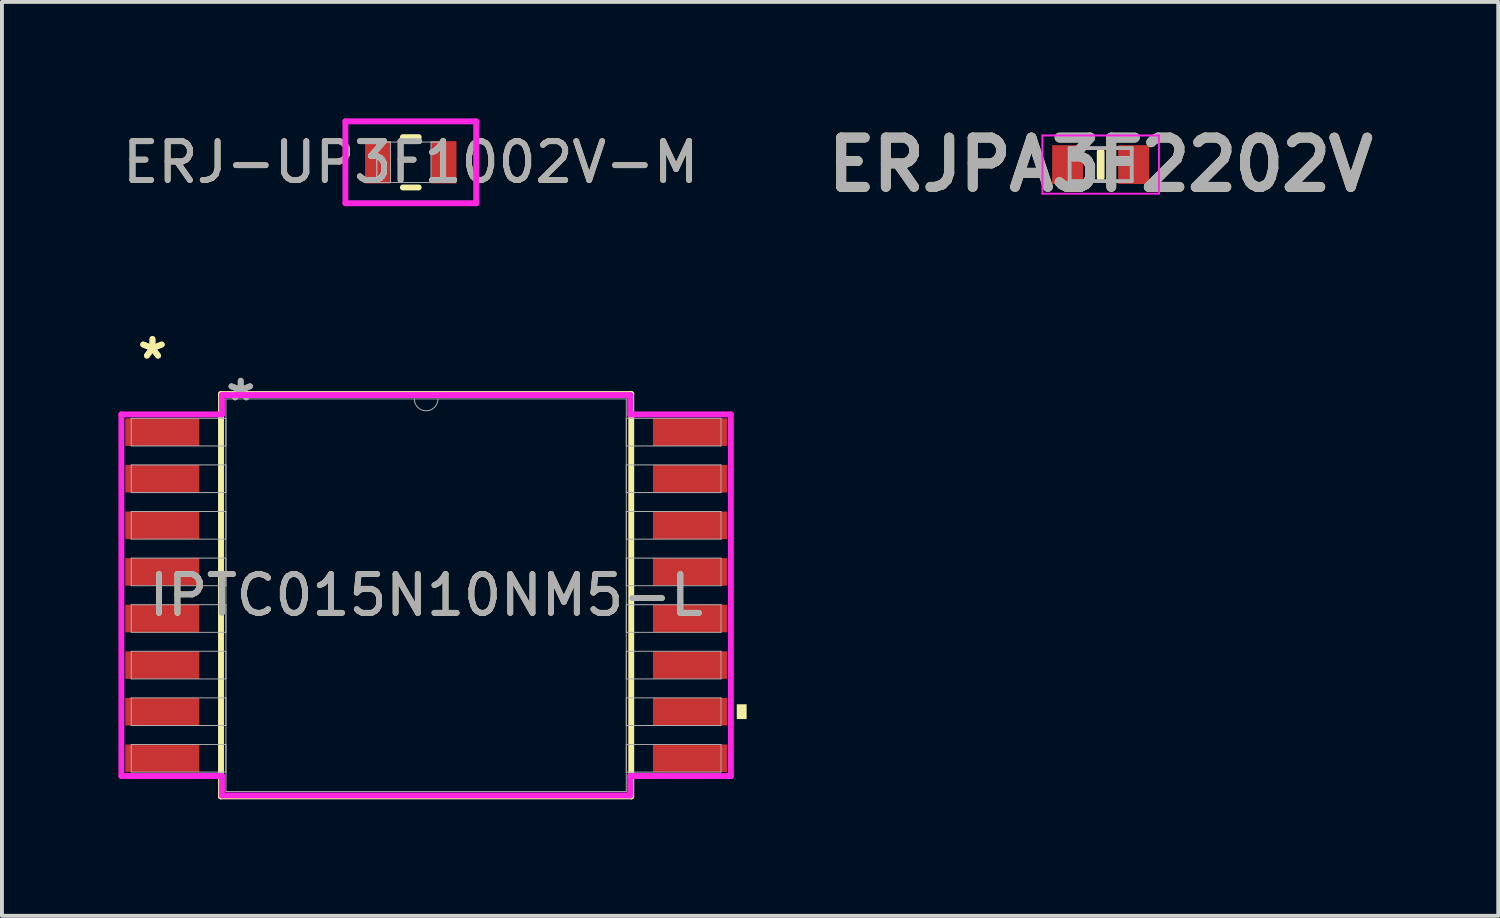
<source format=kicad_pcb>
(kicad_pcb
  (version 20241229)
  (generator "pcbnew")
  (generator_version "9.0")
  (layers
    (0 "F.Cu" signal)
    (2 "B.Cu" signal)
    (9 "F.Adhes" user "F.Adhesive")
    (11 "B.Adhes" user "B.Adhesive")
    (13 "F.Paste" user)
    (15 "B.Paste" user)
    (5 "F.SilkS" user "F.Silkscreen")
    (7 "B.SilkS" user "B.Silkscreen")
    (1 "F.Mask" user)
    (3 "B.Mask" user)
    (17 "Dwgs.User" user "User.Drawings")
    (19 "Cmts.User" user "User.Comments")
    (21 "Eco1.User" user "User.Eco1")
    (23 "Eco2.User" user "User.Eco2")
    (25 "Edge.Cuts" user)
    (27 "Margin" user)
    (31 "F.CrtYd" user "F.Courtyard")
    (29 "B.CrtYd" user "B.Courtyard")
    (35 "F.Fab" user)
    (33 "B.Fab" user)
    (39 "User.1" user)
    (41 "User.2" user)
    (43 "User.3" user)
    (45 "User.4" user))
  (footprint "IPTC015N10NM5-L"
    (layer "F.Cu")
    (at 7.925 12.28)
    (property "Reference" "IPTC015N10NM5-L" (at 0 0 0) (unlocked yes) (layer "F.SilkS") (effects (font (size 1 1) (thickness 0.15))))
    (attr smd)
    (fp_line (start -5.283 -5.182) (end -5.283 5.182) (stroke (width 0.152) (type solid)) (layer "F.SilkS"))
    (fp_line (start -5.283 5.182) (end 5.283 5.182) (stroke (width 0.152) (type solid)) (layer "F.SilkS"))
    (fp_line (start 5.283 -5.182) (end -5.283 -5.182) (stroke (width 0.152) (type solid)) (layer "F.SilkS"))
    (fp_line (start 5.283 5.182) (end 5.283 -5.182) (stroke (width 0.152) (type solid)) (layer "F.SilkS"))
    (fp_poly (pts (xy 8.255 2.809) (xy 8.255 3.19) (xy 8.001 3.19) (xy 8.001 2.809)) (stroke (width 0) (type solid)) (fill yes) (layer "F.SilkS"))
    (fp_line (start -7.849 -4.657) (end -5.258 -4.657) (stroke (width 0.152) (type solid)) (layer "F.CrtYd"))
    (fp_line (start -7.849 4.657) (end -7.849 -4.657) (stroke (width 0.152) (type solid)) (layer "F.CrtYd"))
    (fp_line (start -7.849 4.657) (end -5.258 4.657) (stroke (width 0.152) (type solid)) (layer "F.CrtYd"))
    (fp_line (start -5.258 -5.156) (end 5.258 -5.156) (stroke (width 0.152) (type solid)) (layer "F.CrtYd"))
    (fp_line (start -5.258 -4.657) (end -5.258 -5.156) (stroke (width 0.152) (type solid)) (layer "F.CrtYd"))
    (fp_line (start -5.258 5.156) (end -5.258 4.657) (stroke (width 0.152) (type solid)) (layer "F.CrtYd"))
    (fp_line (start 5.258 -5.156) (end 5.258 -4.657) (stroke (width 0.152) (type solid)) (layer "F.CrtYd"))
    (fp_line (start 5.258 4.657) (end 5.258 5.156) (stroke (width 0.152) (type solid)) (layer "F.CrtYd"))
    (fp_line (start 5.258 5.156) (end -5.258 5.156) (stroke (width 0.152) (type solid)) (layer "F.CrtYd"))
    (fp_line (start 7.849 -4.657) (end 5.258 -4.657) (stroke (width 0.152) (type solid)) (layer "F.CrtYd"))
    (fp_line (start 7.849 -4.657) (end 7.849 4.657) (stroke (width 0.152) (type solid)) (layer "F.CrtYd"))
    (fp_line (start 7.849 4.657) (end 5.258 4.657) (stroke (width 0.152) (type solid)) (layer "F.CrtYd"))
    (fp_line (start -7.595 -4.556) (end -7.595 -3.844) (stroke (width 0.025) (type solid)) (layer "F.Fab"))
    (fp_line (start -7.595 -3.844) (end -5.156 -3.844) (stroke (width 0.025) (type solid)) (layer "F.Fab"))
    (fp_line (start -7.595 -3.356) (end -7.595 -2.644) (stroke (width 0.025) (type solid)) (layer "F.Fab"))
    (fp_line (start -7.595 -2.644) (end -5.156 -2.644) (stroke (width 0.025) (type solid)) (layer "F.Fab"))
    (fp_line (start -7.595 -2.156) (end -7.595 -1.444) (stroke (width 0.025) (type solid)) (layer "F.Fab"))
    (fp_line (start -7.595 -1.444) (end -5.156 -1.444) (stroke (width 0.025) (type solid)) (layer "F.Fab"))
    (fp_line (start -7.595 -0.956) (end -7.595 -0.244) (stroke (width 0.025) (type solid)) (layer "F.Fab"))
    (fp_line (start -7.595 -0.244) (end -5.156 -0.244) (stroke (width 0.025) (type solid)) (layer "F.Fab"))
    (fp_line (start -7.595 0.244) (end -7.595 0.956) (stroke (width 0.025) (type solid)) (layer "F.Fab"))
    (fp_line (start -7.595 0.956) (end -5.156 0.956) (stroke (width 0.025) (type solid)) (layer "F.Fab"))
    (fp_line (start -7.595 1.444) (end -7.595 2.156) (stroke (width 0.025) (type solid)) (layer "F.Fab"))
    (fp_line (start -7.595 2.156) (end -5.156 2.156) (stroke (width 0.025) (type solid)) (layer "F.Fab"))
    (fp_line (start -7.595 2.644) (end -7.595 3.356) (stroke (width 0.025) (type solid)) (layer "F.Fab"))
    (fp_line (start -7.595 3.356) (end -5.156 3.356) (stroke (width 0.025) (type solid)) (layer "F.Fab"))
    (fp_line (start -7.595 3.844) (end -7.595 4.556) (stroke (width 0.025) (type solid)) (layer "F.Fab"))
    (fp_line (start -7.595 4.556) (end -5.156 4.556) (stroke (width 0.025) (type solid)) (layer "F.Fab"))
    (fp_line (start -5.156 -5.055) (end -5.156 5.055) (stroke (width 0.025) (type solid)) (layer "F.Fab"))
    (fp_line (start -5.156 -4.556) (end -7.595 -4.556) (stroke (width 0.025) (type solid)) (layer "F.Fab"))
    (fp_line (start -5.156 -3.844) (end -5.156 -4.556) (stroke (width 0.025) (type solid)) (layer "F.Fab"))
    (fp_line (start -5.156 -3.356) (end -7.595 -3.356) (stroke (width 0.025) (type solid)) (layer "F.Fab"))
    (fp_line (start -5.156 -2.644) (end -5.156 -3.356) (stroke (width 0.025) (type solid)) (layer "F.Fab"))
    (fp_line (start -5.156 -2.156) (end -7.595 -2.156) (stroke (width 0.025) (type solid)) (layer "F.Fab"))
    (fp_line (start -5.156 -1.444) (end -5.156 -2.156) (stroke (width 0.025) (type solid)) (layer "F.Fab"))
    (fp_line (start -5.156 -0.956) (end -7.595 -0.956) (stroke (width 0.025) (type solid)) (layer "F.Fab"))
    (fp_line (start -5.156 -0.244) (end -5.156 -0.956) (stroke (width 0.025) (type solid)) (layer "F.Fab"))
    (fp_line (start -5.156 0.244) (end -7.595 0.244) (stroke (width 0.025) (type solid)) (layer "F.Fab"))
    (fp_line (start -5.156 0.956) (end -5.156 0.244) (stroke (width 0.025) (type solid)) (layer "F.Fab"))
    (fp_line (start -5.156 1.444) (end -7.595 1.444) (stroke (width 0.025) (type solid)) (layer "F.Fab"))
    (fp_line (start -5.156 2.156) (end -5.156 1.444) (stroke (width 0.025) (type solid)) (layer "F.Fab"))
    (fp_line (start -5.156 2.644) (end -7.595 2.644) (stroke (width 0.025) (type solid)) (layer "F.Fab"))
    (fp_line (start -5.156 3.356) (end -5.156 2.644) (stroke (width 0.025) (type solid)) (layer "F.Fab"))
    (fp_line (start -5.156 3.844) (end -7.595 3.844) (stroke (width 0.025) (type solid)) (layer "F.Fab"))
    (fp_line (start -5.156 4.556) (end -5.156 3.844) (stroke (width 0.025) (type solid)) (layer "F.Fab"))
    (fp_line (start -5.156 5.055) (end 5.156 5.055) (stroke (width 0.025) (type solid)) (layer "F.Fab"))
    (fp_line (start 5.156 -5.055) (end -5.156 -5.055) (stroke (width 0.025) (type solid)) (layer "F.Fab"))
    (fp_line (start 5.156 -4.556) (end 5.156 -3.844) (stroke (width 0.025) (type solid)) (layer "F.Fab"))
    (fp_line (start 5.156 -3.844) (end 7.595 -3.844) (stroke (width 0.025) (type solid)) (layer "F.Fab"))
    (fp_line (start 5.156 -3.356) (end 5.156 -2.644) (stroke (width 0.025) (type solid)) (layer "F.Fab"))
    (fp_line (start 5.156 -2.644) (end 7.595 -2.644) (stroke (width 0.025) (type solid)) (layer "F.Fab"))
    (fp_line (start 5.156 -2.156) (end 5.156 -1.444) (stroke (width 0.025) (type solid)) (layer "F.Fab"))
    (fp_line (start 5.156 -1.444) (end 7.595 -1.444) (stroke (width 0.025) (type solid)) (layer "F.Fab"))
    (fp_line (start 5.156 -0.956) (end 5.156 -0.244) (stroke (width 0.025) (type solid)) (layer "F.Fab"))
    (fp_line (start 5.156 -0.244) (end 7.595 -0.244) (stroke (width 0.025) (type solid)) (layer "F.Fab"))
    (fp_line (start 5.156 0.244) (end 5.156 0.956) (stroke (width 0.025) (type solid)) (layer "F.Fab"))
    (fp_line (start 5.156 0.956) (end 7.595 0.956) (stroke (width 0.025) (type solid)) (layer "F.Fab"))
    (fp_line (start 5.156 1.444) (end 5.156 2.156) (stroke (width 0.025) (type solid)) (layer "F.Fab"))
    (fp_line (start 5.156 2.156) (end 7.595 2.156) (stroke (width 0.025) (type solid)) (layer "F.Fab"))
    (fp_line (start 5.156 2.644) (end 5.156 3.356) (stroke (width 0.025) (type solid)) (layer "F.Fab"))
    (fp_line (start 5.156 3.356) (end 7.595 3.356) (stroke (width 0.025) (type solid)) (layer "F.Fab"))
    (fp_line (start 5.156 3.844) (end 5.156 4.556) (stroke (width 0.025) (type solid)) (layer "F.Fab"))
    (fp_line (start 5.156 4.556) (end 7.595 4.556) (stroke (width 0.025) (type solid)) (layer "F.Fab"))
    (fp_line (start 5.156 5.055) (end 5.156 -5.055) (stroke (width 0.025) (type solid)) (layer "F.Fab"))
    (fp_line (start 7.595 -4.556) (end 5.156 -4.556) (stroke (width 0.025) (type solid)) (layer "F.Fab"))
    (fp_line (start 7.595 -3.844) (end 7.595 -4.556) (stroke (width 0.025) (type solid)) (layer "F.Fab"))
    (fp_line (start 7.595 -3.356) (end 5.156 -3.356) (stroke (width 0.025) (type solid)) (layer "F.Fab"))
    (fp_line (start 7.595 -2.644) (end 7.595 -3.356) (stroke (width 0.025) (type solid)) (layer "F.Fab"))
    (fp_line (start 7.595 -2.156) (end 5.156 -2.156) (stroke (width 0.025) (type solid)) (layer "F.Fab"))
    (fp_line (start 7.595 -1.444) (end 7.595 -2.156) (stroke (width 0.025) (type solid)) (layer "F.Fab"))
    (fp_line (start 7.595 -0.956) (end 5.156 -0.956) (stroke (width 0.025) (type solid)) (layer "F.Fab"))
    (fp_line (start 7.595 -0.244) (end 7.595 -0.956) (stroke (width 0.025) (type solid)) (layer "F.Fab"))
    (fp_line (start 7.595 0.244) (end 5.156 0.244) (stroke (width 0.025) (type solid)) (layer "F.Fab"))
    (fp_line (start 7.595 0.956) (end 7.595 0.244) (stroke (width 0.025) (type solid)) (layer "F.Fab"))
    (fp_line (start 7.595 1.444) (end 5.156 1.444) (stroke (width 0.025) (type solid)) (layer "F.Fab"))
    (fp_line (start 7.595 2.156) (end 7.595 1.444) (stroke (width 0.025) (type solid)) (layer "F.Fab"))
    (fp_line (start 7.595 2.644) (end 5.156 2.644) (stroke (width 0.025) (type solid)) (layer "F.Fab"))
    (fp_line (start 7.595 3.356) (end 7.595 2.644) (stroke (width 0.025) (type solid)) (layer "F.Fab"))
    (fp_line (start 7.595 3.844) (end 5.156 3.844) (stroke (width 0.025) (type solid)) (layer "F.Fab"))
    (fp_line (start 7.595 4.556) (end 7.595 3.844) (stroke (width 0.025) (type solid)) (layer "F.Fab"))
    (fp_arc (start 0.3048 -5.0546) (mid 0 -4.7498) (end -0.3048 -5.0546) (stroke (width 0.0254) (type solid)) (layer "F.Fab"))
    (fp_text user "*" (at -7.048 -6.054 0) (layer "F.SilkS") (effects (font (size 1 1) (thickness 0.15))))
    (fp_text user "*" (at -7.048 -6.054 0) (unlocked yes) (layer "F.SilkS") (effects (font (size 1 1) (thickness 0.15))))
    (fp_text user "${REFERENCE}" (at 0 0 0) (unlocked yes) (layer "F.Fab") (effects (font (size 1 1) (thickness 0.15))))
    (fp_text user "*" (at -4.775 -4.978 0) (unlocked yes) (layer "F.Fab") (effects (font (size 1 1) (thickness 0.15))))
    (fp_text user "*" (at -4.775 -4.978 0) (layer "F.Fab") (effects (font (size 1 1) (thickness 0.15))))
    (pad "1" smd rect (at -6.795 -4.2) (size 1.905 0.711) (layers "F.Cu" "F.Mask" "F.Paste"))
    (pad "2" smd rect (at -6.795 -3) (size 1.905 0.711) (layers "F.Cu" "F.Mask" "F.Paste"))
    (pad "3" smd rect (at -6.795 -1.8) (size 1.905 0.711) (layers "F.Cu" "F.Mask" "F.Paste"))
    (pad "4" smd rect (at -6.795 -0.6) (size 1.905 0.711) (layers "F.Cu" "F.Mask" "F.Paste"))
    (pad "5" smd rect (at -6.795 0.6) (size 1.905 0.711) (layers "F.Cu" "F.Mask" "F.Paste"))
    (pad "6" smd rect (at -6.795 1.8) (size 1.905 0.711) (layers "F.Cu" "F.Mask" "F.Paste"))
    (pad "7" smd rect (at -6.795 3) (size 1.905 0.711) (layers "F.Cu" "F.Mask" "F.Paste"))
    (pad "8" smd rect (at -6.795 4.2) (size 1.905 0.711) (layers "F.Cu" "F.Mask" "F.Paste"))
    (pad "9" smd rect (at 6.795 4.2) (size 1.905 0.711) (layers "F.Cu" "F.Mask" "F.Paste"))
    (pad "10" smd rect (at 6.795 3) (size 1.905 0.711) (layers "F.Cu" "F.Mask" "F.Paste"))
    (pad "11" smd rect (at 6.795 1.8) (size 1.905 0.711) (layers "F.Cu" "F.Mask" "F.Paste"))
    (pad "12" smd rect (at 6.795 0.6) (size 1.905 0.711) (layers "F.Cu" "F.Mask" "F.Paste"))
    (pad "13" smd rect (at 6.795 -0.6) (size 1.905 0.711) (layers "F.Cu" "F.Mask" "F.Paste"))
    (pad "14" smd rect (at 6.795 -1.8) (size 1.905 0.711) (layers "F.Cu" "F.Mask" "F.Paste"))
    (pad "15" smd rect (at 6.795 -3) (size 1.905 0.711) (layers "F.Cu" "F.Mask" "F.Paste"))
    (pad "16" smd rect (at 6.795 -4.2) (size 1.905 0.711) (layers "F.Cu" "F.Mask" "F.Paste")))
  (footprint "ERJPA3F2202V"
    (layer "F.Cu")
    (at 25.299 1.189)
    (property "Reference" "ERJPA3F2202V" (at 0 0 0) (layer "F.SilkS") (effects (font (size 1.27 1.27) (thickness 0.254))))
    (attr smd)
    (fp_line (start 0 -0.325) (end 0 0.325) (stroke (width 0.2) (type solid)) (layer "F.SilkS"))
    (fp_line (start -1.5 -0.75) (end 1.5 -0.75) (stroke (width 0.05) (type solid)) (layer "F.CrtYd"))
    (fp_line (start -1.5 0.75) (end -1.5 -0.75) (stroke (width 0.05) (type solid)) (layer "F.CrtYd"))
    (fp_line (start 1.5 -0.75) (end 1.5 0.75) (stroke (width 0.05) (type solid)) (layer "F.CrtYd"))
    (fp_line (start 1.5 0.75) (end -1.5 0.75) (stroke (width 0.05) (type solid)) (layer "F.CrtYd"))
    (fp_line (start -0.8 -0.425) (end 0.8 -0.425) (stroke (width 0.1) (type solid)) (layer "F.Fab"))
    (fp_line (start -0.8 0.425) (end -0.8 -0.425) (stroke (width 0.1) (type solid)) (layer "F.Fab"))
    (fp_line (start 0.8 -0.425) (end 0.8 0.425) (stroke (width 0.1) (type solid)) (layer "F.Fab"))
    (fp_line (start 0.8 0.425) (end -0.8 0.425) (stroke (width 0.1) (type solid)) (layer "F.Fab"))
    (fp_text user "${REFERENCE}" (at 0 0 0) (layer "F.Fab") (effects (font (size 1.27 1.27) (thickness 0.254))))
    (pad "1" smd rect (at -0.85 0) (size 0.8 1) (layers "F.Cu" "F.Mask" "F.Paste"))
    (pad "2" smd rect (at 0.85 0) (size 0.8 1) (layers "F.Cu" "F.Mask" "F.Paste")))
  (footprint "ERJ-UP3F1002V-M"
    (layer "F.Cu")
    (at 7.53 1.13)
    (property "Reference" "ERJ-UP3F1002V-M" (at 0 0 0) (unlocked yes) (layer "F.SilkS") (effects (font (size 1 1) (thickness 0.15))))
    (attr smd)
    (fp_line (start -0.204 0.648) (end 0.204 0.648) (stroke (width 0.152) (type solid)) (layer "F.SilkS"))
    (fp_line (start 0.204 -0.648) (end -0.204 -0.648) (stroke (width 0.152) (type solid)) (layer "F.SilkS"))
    (fp_line (start -1.684 -1.054) (end 1.684 -1.054) (stroke (width 0.152) (type solid)) (layer "F.CrtYd"))
    (fp_line (start -1.684 1.054) (end -1.684 -1.054) (stroke (width 0.152) (type solid)) (layer "F.CrtYd"))
    (fp_line (start 1.684 -1.054) (end 1.684 1.054) (stroke (width 0.152) (type solid)) (layer "F.CrtYd"))
    (fp_line (start 1.684 1.054) (end -1.684 1.054) (stroke (width 0.152) (type solid)) (layer "F.CrtYd"))
    (fp_line (start -0.876 -0.521) (end -0.876 0.521) (stroke (width 0.025) (type solid)) (layer "F.Fab"))
    (fp_line (start -0.876 -0.521) (end -0.876 0.521) (stroke (width 0.025) (type solid)) (layer "F.Fab"))
    (fp_line (start -0.876 0.521) (end -0.521 0.521) (stroke (width 0.025) (type solid)) (layer "F.Fab"))
    (fp_line (start -0.876 0.521) (end 0.876 0.521) (stroke (width 0.025) (type solid)) (layer "F.Fab"))
    (fp_line (start -0.521 -0.521) (end -0.876 -0.521) (stroke (width 0.025) (type solid)) (layer "F.Fab"))
    (fp_line (start -0.521 0.521) (end -0.521 -0.521) (stroke (width 0.025) (type solid)) (layer "F.Fab"))
    (fp_line (start 0.521 -0.521) (end 0.521 0.521) (stroke (width 0.025) (type solid)) (layer "F.Fab"))
    (fp_line (start 0.521 0.521) (end 0.876 0.521) (stroke (width 0.025) (type solid)) (layer "F.Fab"))
    (fp_line (start 0.876 -0.521) (end -0.876 -0.521) (stroke (width 0.025) (type solid)) (layer "F.Fab"))
    (fp_line (start 0.876 -0.521) (end 0.521 -0.521) (stroke (width 0.025) (type solid)) (layer "F.Fab"))
    (fp_line (start 0.876 0.521) (end 0.876 -0.521) (stroke (width 0.025) (type solid)) (layer "F.Fab"))
    (fp_line (start 0.876 0.521) (end 0.876 -0.521) (stroke (width 0.025) (type solid)) (layer "F.Fab"))
    (fp_text user "${REFERENCE}" (at 0 0 0) (unlocked yes) (layer "F.Fab") (effects (font (size 1 1) (thickness 0.15))))
    (pad "1" smd rect (at -0.849 0) (size 0.656 1.091) (layers "F.Cu" "F.Mask" "F.Paste"))
    (pad "2" smd rect (at 0.849 0) (size 0.656 1.091) (layers "F.Cu" "F.Mask" "F.Paste"))
    (zone (net_name "") (layer "F.Cu") (hatch full 0.508) (connect_pads) (min_thickness 0.254) (filled_areas_thickness no) (keepout (tracks not_allowed) (vias not_allowed) (pads allowed) (copperpour not_allowed) (footprints allowed)) (placement (enabled no)) (fill) (polygon (pts (xy 7.06 0.66) (xy 8 0.66) (xy 8 1.6) (xy 7.06 1.6)))))
  (gr_rect
    (start -3 -3)
    (end 35.538 20.538)
    (stroke (width 0.1) (type default))
    (fill no)
    (layer "Edge.Cuts")))
</source>
